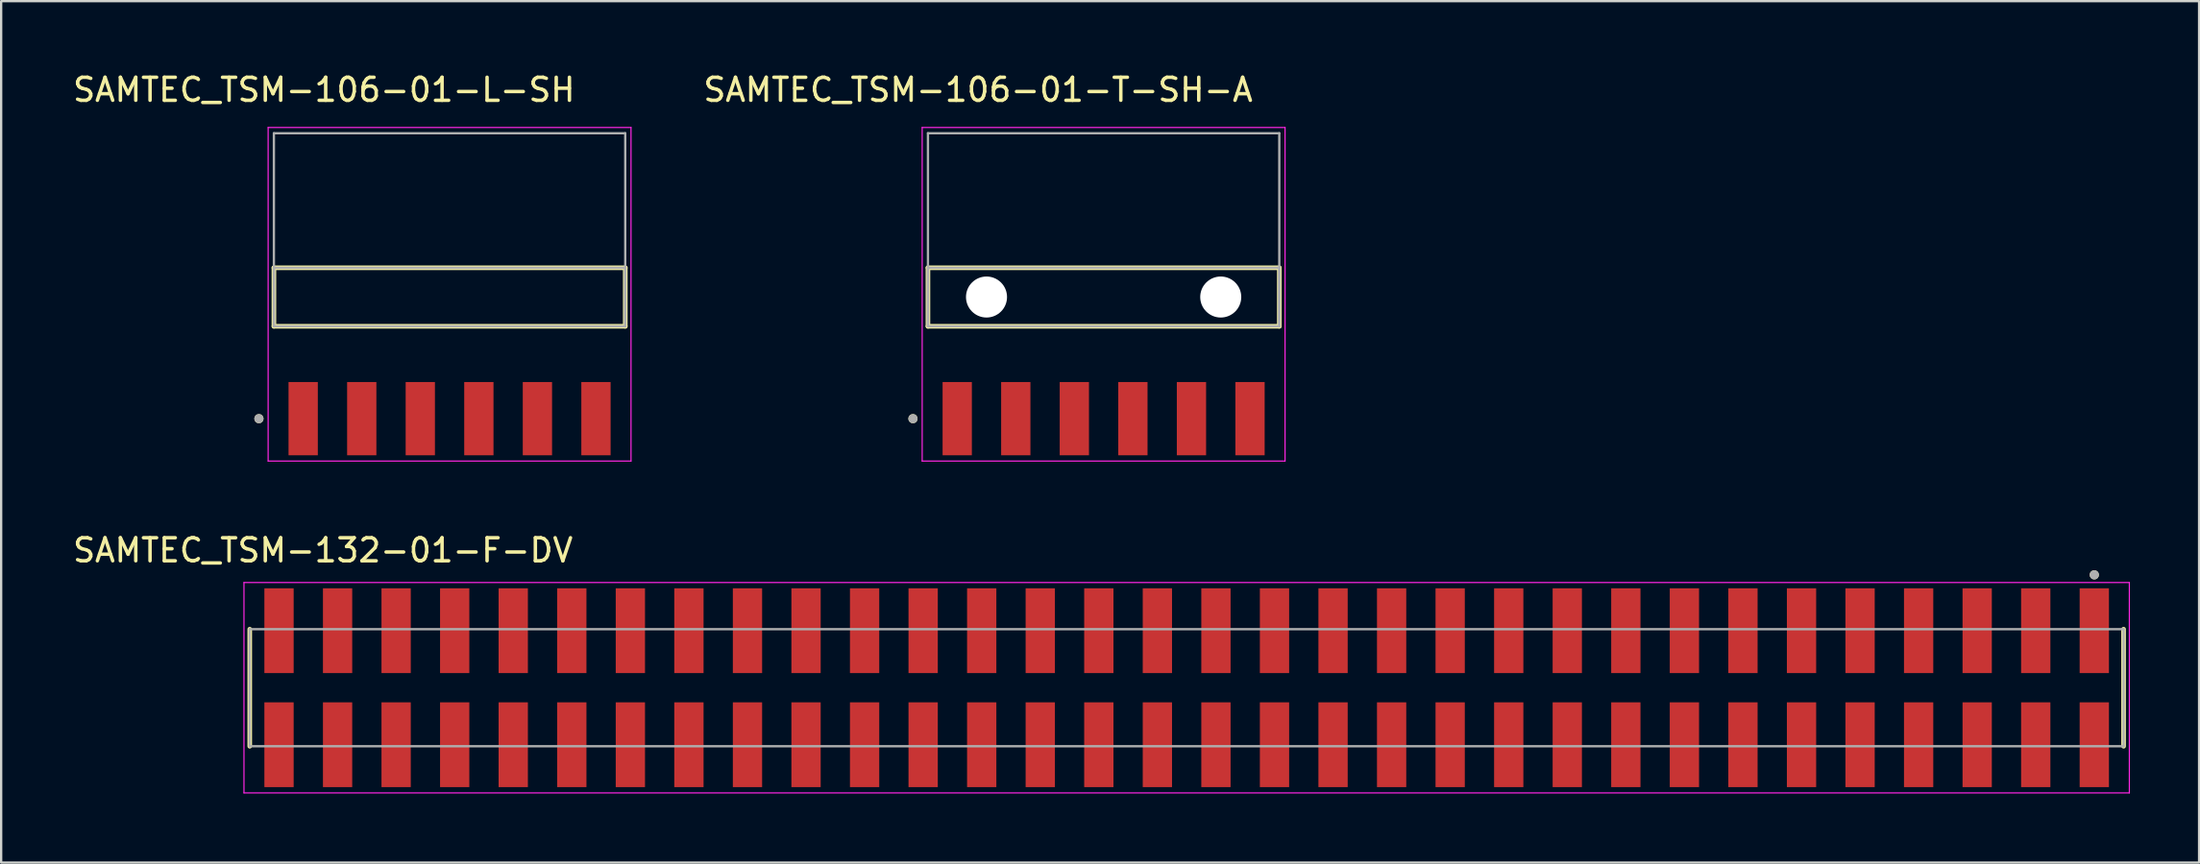
<source format=kicad_pcb>
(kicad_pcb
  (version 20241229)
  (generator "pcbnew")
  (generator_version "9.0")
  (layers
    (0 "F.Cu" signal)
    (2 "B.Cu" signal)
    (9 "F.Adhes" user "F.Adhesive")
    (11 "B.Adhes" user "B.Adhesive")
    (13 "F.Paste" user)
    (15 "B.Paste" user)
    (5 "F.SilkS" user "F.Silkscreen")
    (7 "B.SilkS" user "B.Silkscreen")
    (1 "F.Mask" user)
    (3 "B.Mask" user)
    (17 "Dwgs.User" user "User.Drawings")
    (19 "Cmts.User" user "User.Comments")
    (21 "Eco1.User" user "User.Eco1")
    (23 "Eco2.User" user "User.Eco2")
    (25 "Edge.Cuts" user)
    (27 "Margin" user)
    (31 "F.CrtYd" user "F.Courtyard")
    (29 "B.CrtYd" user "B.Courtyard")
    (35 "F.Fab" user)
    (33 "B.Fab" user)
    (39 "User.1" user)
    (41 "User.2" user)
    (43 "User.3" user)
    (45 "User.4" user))
  (footprint "SAMTEC_TSM-132-01-F-DV"
    (layer "F.Cu")
    (at 48.423 26.802)
    (property "Reference" "SAMTEC_TSM-132-01-F-DV" (at -37.465 -5.965 0) (layer "F.SilkS") (effects (font (size 1 1) (thickness 0.15))))
    (attr through_hole)
    (fp_line (start -40.64 2.54) (end -40.64 -2.54) (stroke (width 0.2) (type solid)) (layer "F.SilkS"))
    (fp_line (start 40.64 -2.54) (end 40.64 2.54) (stroke (width 0.2) (type solid)) (layer "F.SilkS"))
    (fp_circle (center 39.37 -4.9) (end 39.47 -4.9) (stroke (width 0.2) (type solid)) (fill no) (layer "F.SilkS"))
    (fp_line (start -40.89 -4.565) (end 40.89 -4.565) (stroke (width 0.05) (type solid)) (layer "F.CrtYd"))
    (fp_line (start -40.89 4.565) (end -40.89 -4.565) (stroke (width 0.05) (type solid)) (layer "F.CrtYd"))
    (fp_line (start 40.89 -4.565) (end 40.89 4.565) (stroke (width 0.05) (type solid)) (layer "F.CrtYd"))
    (fp_line (start 40.89 4.565) (end -40.89 4.565) (stroke (width 0.05) (type solid)) (layer "F.CrtYd"))
    (fp_line (start -40.64 -2.54) (end 40.64 -2.54) (stroke (width 0.1) (type solid)) (layer "F.Fab"))
    (fp_line (start -40.64 2.54) (end -40.64 -2.54) (stroke (width 0.1) (type solid)) (layer "F.Fab"))
    (fp_line (start 40.64 -2.54) (end 40.64 2.54) (stroke (width 0.1) (type solid)) (layer "F.Fab"))
    (fp_line (start 40.64 2.54) (end -40.64 2.54) (stroke (width 0.1) (type solid)) (layer "F.Fab"))
    (fp_circle (center 39.37 -4.9) (end 39.47 -4.9) (stroke (width 0.2) (type solid)) (fill no) (layer "F.Fab"))
    (pad "1" smd rect (at 39.37 -2.475) (size 1.27 3.68) (layers "F.Cu" "F.Mask" "F.Paste"))
    (pad "2" smd rect (at 39.37 2.475) (size 1.27 3.68) (layers "F.Cu" "F.Mask" "F.Paste"))
    (pad "3" smd rect (at 36.83 -2.475) (size 1.27 3.68) (layers "F.Cu" "F.Mask" "F.Paste"))
    (pad "4" smd rect (at 36.83 2.475) (size 1.27 3.68) (layers "F.Cu" "F.Mask" "F.Paste"))
    (pad "5" smd rect (at 34.29 -2.475) (size 1.27 3.68) (layers "F.Cu" "F.Mask" "F.Paste"))
    (pad "6" smd rect (at 34.29 2.475) (size 1.27 3.68) (layers "F.Cu" "F.Mask" "F.Paste"))
    (pad "7" smd rect (at 31.75 -2.475) (size 1.27 3.68) (layers "F.Cu" "F.Mask" "F.Paste"))
    (pad "8" smd rect (at 31.75 2.475) (size 1.27 3.68) (layers "F.Cu" "F.Mask" "F.Paste"))
    (pad "9" smd rect (at 29.21 -2.475) (size 1.27 3.68) (layers "F.Cu" "F.Mask" "F.Paste"))
    (pad "10" smd rect (at 29.21 2.475) (size 1.27 3.68) (layers "F.Cu" "F.Mask" "F.Paste"))
    (pad "11" smd rect (at 26.67 -2.475) (size 1.27 3.68) (layers "F.Cu" "F.Mask" "F.Paste"))
    (pad "12" smd rect (at 26.67 2.475) (size 1.27 3.68) (layers "F.Cu" "F.Mask" "F.Paste"))
    (pad "13" smd rect (at 24.13 -2.475) (size 1.27 3.68) (layers "F.Cu" "F.Mask" "F.Paste"))
    (pad "14" smd rect (at 24.13 2.475) (size 1.27 3.68) (layers "F.Cu" "F.Mask" "F.Paste"))
    (pad "15" smd rect (at 21.59 -2.475) (size 1.27 3.68) (layers "F.Cu" "F.Mask" "F.Paste"))
    (pad "16" smd rect (at 21.59 2.475) (size 1.27 3.68) (layers "F.Cu" "F.Mask" "F.Paste"))
    (pad "17" smd rect (at 19.05 -2.475) (size 1.27 3.68) (layers "F.Cu" "F.Mask" "F.Paste"))
    (pad "18" smd rect (at 19.05 2.475) (size 1.27 3.68) (layers "F.Cu" "F.Mask" "F.Paste"))
    (pad "19" smd rect (at 16.51 -2.475) (size 1.27 3.68) (layers "F.Cu" "F.Mask" "F.Paste"))
    (pad "20" smd rect (at 16.51 2.475) (size 1.27 3.68) (layers "F.Cu" "F.Mask" "F.Paste"))
    (pad "21" smd rect (at 13.97 -2.475) (size 1.27 3.68) (layers "F.Cu" "F.Mask" "F.Paste"))
    (pad "22" smd rect (at 13.97 2.475) (size 1.27 3.68) (layers "F.Cu" "F.Mask" "F.Paste"))
    (pad "23" smd rect (at 11.43 -2.475) (size 1.27 3.68) (layers "F.Cu" "F.Mask" "F.Paste"))
    (pad "24" smd rect (at 11.43 2.475) (size 1.27 3.68) (layers "F.Cu" "F.Mask" "F.Paste"))
    (pad "25" smd rect (at 8.89 -2.475) (size 1.27 3.68) (layers "F.Cu" "F.Mask" "F.Paste"))
    (pad "26" smd rect (at 8.89 2.475) (size 1.27 3.68) (layers "F.Cu" "F.Mask" "F.Paste"))
    (pad "27" smd rect (at 6.35 -2.475) (size 1.27 3.68) (layers "F.Cu" "F.Mask" "F.Paste"))
    (pad "28" smd rect (at 6.35 2.475) (size 1.27 3.68) (layers "F.Cu" "F.Mask" "F.Paste"))
    (pad "29" smd rect (at 3.81 -2.475) (size 1.27 3.68) (layers "F.Cu" "F.Mask" "F.Paste"))
    (pad "30" smd rect (at 3.81 2.475) (size 1.27 3.68) (layers "F.Cu" "F.Mask" "F.Paste"))
    (pad "31" smd rect (at 1.27 -2.475) (size 1.27 3.68) (layers "F.Cu" "F.Mask" "F.Paste"))
    (pad "32" smd rect (at 1.27 2.475) (size 1.27 3.68) (layers "F.Cu" "F.Mask" "F.Paste"))
    (pad "33" smd rect (at -1.27 -2.475) (size 1.27 3.68) (layers "F.Cu" "F.Mask" "F.Paste"))
    (pad "34" smd rect (at -1.27 2.475) (size 1.27 3.68) (layers "F.Cu" "F.Mask" "F.Paste"))
    (pad "35" smd rect (at -3.81 -2.475) (size 1.27 3.68) (layers "F.Cu" "F.Mask" "F.Paste"))
    (pad "36" smd rect (at -3.81 2.475) (size 1.27 3.68) (layers "F.Cu" "F.Mask" "F.Paste"))
    (pad "37" smd rect (at -6.35 -2.475) (size 1.27 3.68) (layers "F.Cu" "F.Mask" "F.Paste"))
    (pad "38" smd rect (at -6.35 2.475) (size 1.27 3.68) (layers "F.Cu" "F.Mask" "F.Paste"))
    (pad "39" smd rect (at -8.89 -2.475) (size 1.27 3.68) (layers "F.Cu" "F.Mask" "F.Paste"))
    (pad "40" smd rect (at -8.89 2.475) (size 1.27 3.68) (layers "F.Cu" "F.Mask" "F.Paste"))
    (pad "41" smd rect (at -11.43 -2.475) (size 1.27 3.68) (layers "F.Cu" "F.Mask" "F.Paste"))
    (pad "42" smd rect (at -11.43 2.475) (size 1.27 3.68) (layers "F.Cu" "F.Mask" "F.Paste"))
    (pad "43" smd rect (at -13.97 -2.475) (size 1.27 3.68) (layers "F.Cu" "F.Mask" "F.Paste"))
    (pad "44" smd rect (at -13.97 2.475) (size 1.27 3.68) (layers "F.Cu" "F.Mask" "F.Paste"))
    (pad "45" smd rect (at -16.51 -2.475) (size 1.27 3.68) (layers "F.Cu" "F.Mask" "F.Paste"))
    (pad "46" smd rect (at -16.51 2.475) (size 1.27 3.68) (layers "F.Cu" "F.Mask" "F.Paste"))
    (pad "47" smd rect (at -19.05 -2.475) (size 1.27 3.68) (layers "F.Cu" "F.Mask" "F.Paste"))
    (pad "48" smd rect (at -19.05 2.475) (size 1.27 3.68) (layers "F.Cu" "F.Mask" "F.Paste"))
    (pad "49" smd rect (at -21.59 -2.475) (size 1.27 3.68) (layers "F.Cu" "F.Mask" "F.Paste"))
    (pad "50" smd rect (at -21.59 2.475) (size 1.27 3.68) (layers "F.Cu" "F.Mask" "F.Paste"))
    (pad "51" smd rect (at -24.13 -2.475) (size 1.27 3.68) (layers "F.Cu" "F.Mask" "F.Paste"))
    (pad "52" smd rect (at -24.13 2.475) (size 1.27 3.68) (layers "F.Cu" "F.Mask" "F.Paste"))
    (pad "53" smd rect (at -26.67 -2.475) (size 1.27 3.68) (layers "F.Cu" "F.Mask" "F.Paste"))
    (pad "54" smd rect (at -26.67 2.475) (size 1.27 3.68) (layers "F.Cu" "F.Mask" "F.Paste"))
    (pad "55" smd rect (at -29.21 -2.475) (size 1.27 3.68) (layers "F.Cu" "F.Mask" "F.Paste"))
    (pad "56" smd rect (at -29.21 2.475) (size 1.27 3.68) (layers "F.Cu" "F.Mask" "F.Paste"))
    (pad "57" smd rect (at -31.75 -2.475) (size 1.27 3.68) (layers "F.Cu" "F.Mask" "F.Paste"))
    (pad "58" smd rect (at -31.75 2.475) (size 1.27 3.68) (layers "F.Cu" "F.Mask" "F.Paste"))
    (pad "59" smd rect (at -34.29 -2.475) (size 1.27 3.68) (layers "F.Cu" "F.Mask" "F.Paste"))
    (pad "60" smd rect (at -34.29 2.475) (size 1.27 3.68) (layers "F.Cu" "F.Mask" "F.Paste"))
    (pad "61" smd rect (at -36.83 -2.475) (size 1.27 3.68) (layers "F.Cu" "F.Mask" "F.Paste"))
    (pad "62" smd rect (at -36.83 2.475) (size 1.27 3.68) (layers "F.Cu" "F.Mask" "F.Paste"))
    (pad "63" smd rect (at -39.37 -2.475) (size 1.27 3.68) (layers "F.Cu" "F.Mask" "F.Paste"))
    (pad "64" smd rect (at -39.37 2.475) (size 1.27 3.68) (layers "F.Cu" "F.Mask" "F.Paste")))
  (footprint "SAMTEC_TSM-106-01-T-SH-A"
    (layer "F.Cu")
    (at 44.821 9.843)
    (property "Reference" "SAMTEC_TSM-106-01-T-SH-A" (at -5.445 -8.995 0) (layer "F.SilkS") (effects (font (size 1 1) (thickness 0.15))))
    (attr through_hole)
    (fp_line (start -7.62 1.27) (end -7.62 -1.27) (stroke (width 0.2) (type solid)) (layer "F.SilkS"))
    (fp_line (start 7.62 -1.27) (end -7.62 -1.27) (stroke (width 0.2) (type solid)) (layer "F.SilkS"))
    (fp_line (start 7.62 -1.27) (end 7.62 1.27) (stroke (width 0.2) (type solid)) (layer "F.SilkS"))
    (fp_line (start 7.62 1.27) (end -7.62 1.27) (stroke (width 0.2) (type solid)) (layer "F.SilkS"))
    (fp_circle (center -8.27 5.28) (end -8.17 5.28) (stroke (width 0.2) (type solid)) (fill no) (layer "F.SilkS"))
    (fp_line (start -7.87 -7.36) (end 7.87 -7.36) (stroke (width 0.05) (type solid)) (layer "F.CrtYd"))
    (fp_line (start -7.87 7.12) (end -7.87 -7.36) (stroke (width 0.05) (type solid)) (layer "F.CrtYd"))
    (fp_line (start 7.87 -7.36) (end 7.87 7.12) (stroke (width 0.05) (type solid)) (layer "F.CrtYd"))
    (fp_line (start 7.87 7.12) (end -7.87 7.12) (stroke (width 0.05) (type solid)) (layer "F.CrtYd"))
    (fp_line (start -7.62 -7.11) (end 7.62 -7.11) (stroke (width 0.1) (type solid)) (layer "F.Fab"))
    (fp_line (start -7.62 -1.27) (end 7.62 -1.27) (stroke (width 0.1) (type solid)) (layer "F.Fab"))
    (fp_line (start -7.62 1.27) (end -7.62 -7.11) (stroke (width 0.1) (type solid)) (layer "F.Fab"))
    (fp_line (start -7.62 1.27) (end -7.62 -1.27) (stroke (width 0.1) (type solid)) (layer "F.Fab"))
    (fp_line (start 7.62 -7.11) (end 7.62 1.27) (stroke (width 0.1) (type solid)) (layer "F.Fab"))
    (fp_line (start 7.62 -1.27) (end 7.62 1.27) (stroke (width 0.1) (type solid)) (layer "F.Fab"))
    (fp_line (start 7.62 1.27) (end -7.62 1.27) (stroke (width 0.1) (type solid)) (layer "F.Fab"))
    (fp_circle (center -8.27 5.28) (end -8.17 5.28) (stroke (width 0.2) (type solid)) (fill no) (layer "F.Fab"))
    (pad "" np_thru_hole circle (at -5.08 0) (size 1.78 1.78) (drill 1.78) (layers "*.Cu" "*.Mask"))
    (pad "" np_thru_hole circle (at 5.08 0) (size 1.78 1.78) (drill 1.78) (layers "*.Cu" "*.Mask"))
    (pad "1" smd rect (at -6.35 5.28) (size 1.27 3.18) (layers "F.Cu" "F.Mask" "F.Paste"))
    (pad "2" smd rect (at -3.81 5.28) (size 1.27 3.18) (layers "F.Cu" "F.Mask" "F.Paste"))
    (pad "3" smd rect (at -1.27 5.28) (size 1.27 3.18) (layers "F.Cu" "F.Mask" "F.Paste"))
    (pad "4" smd rect (at 1.27 5.28) (size 1.27 3.18) (layers "F.Cu" "F.Mask" "F.Paste"))
    (pad "5" smd rect (at 3.81 5.28) (size 1.27 3.18) (layers "F.Cu" "F.Mask" "F.Paste"))
    (pad "6" smd rect (at 6.35 5.28) (size 1.27 3.18) (layers "F.Cu" "F.Mask" "F.Paste")))
  (footprint "SAMTEC_TSM-106-01-L-SH"
    (layer "F.Cu")
    (at 16.451 9.843)
    (property "Reference" "SAMTEC_TSM-106-01-L-SH" (at -5.445 -8.995 0) (layer "F.SilkS") (effects (font (size 1 1) (thickness 0.15))))
    (attr through_hole)
    (fp_line (start -7.62 1.27) (end -7.62 -1.27) (stroke (width 0.2) (type solid)) (layer "F.SilkS"))
    (fp_line (start 7.62 -1.27) (end -7.62 -1.27) (stroke (width 0.2) (type solid)) (layer "F.SilkS"))
    (fp_line (start 7.62 -1.27) (end 7.62 1.27) (stroke (width 0.2) (type solid)) (layer "F.SilkS"))
    (fp_line (start 7.62 1.27) (end -7.62 1.27) (stroke (width 0.2) (type solid)) (layer "F.SilkS"))
    (fp_circle (center -8.27 5.28) (end -8.17 5.28) (stroke (width 0.2) (type solid)) (fill no) (layer "F.SilkS"))
    (fp_line (start -7.87 -7.36) (end 7.87 -7.36) (stroke (width 0.05) (type solid)) (layer "F.CrtYd"))
    (fp_line (start -7.87 7.12) (end -7.87 -7.36) (stroke (width 0.05) (type solid)) (layer "F.CrtYd"))
    (fp_line (start 7.87 -7.36) (end 7.87 7.12) (stroke (width 0.05) (type solid)) (layer "F.CrtYd"))
    (fp_line (start 7.87 7.12) (end -7.87 7.12) (stroke (width 0.05) (type solid)) (layer "F.CrtYd"))
    (fp_line (start -7.62 -7.11) (end 7.62 -7.11) (stroke (width 0.1) (type solid)) (layer "F.Fab"))
    (fp_line (start -7.62 -1.27) (end 7.62 -1.27) (stroke (width 0.1) (type solid)) (layer "F.Fab"))
    (fp_line (start -7.62 1.27) (end -7.62 -7.11) (stroke (width 0.1) (type solid)) (layer "F.Fab"))
    (fp_line (start -7.62 1.27) (end -7.62 -1.27) (stroke (width 0.1) (type solid)) (layer "F.Fab"))
    (fp_line (start 7.62 -7.11) (end 7.62 1.27) (stroke (width 0.1) (type solid)) (layer "F.Fab"))
    (fp_line (start 7.62 -1.27) (end 7.62 1.27) (stroke (width 0.1) (type solid)) (layer "F.Fab"))
    (fp_line (start 7.62 1.27) (end -7.62 1.27) (stroke (width 0.1) (type solid)) (layer "F.Fab"))
    (fp_circle (center -8.27 5.28) (end -8.17 5.28) (stroke (width 0.2) (type solid)) (fill no) (layer "F.Fab"))
    (pad "1" smd rect (at -6.35 5.28) (size 1.27 3.18) (layers "F.Cu" "F.Mask" "F.Paste"))
    (pad "2" smd rect (at -3.81 5.28) (size 1.27 3.18) (layers "F.Cu" "F.Mask" "F.Paste"))
    (pad "3" smd rect (at -1.27 5.28) (size 1.27 3.18) (layers "F.Cu" "F.Mask" "F.Paste"))
    (pad "4" smd rect (at 1.27 5.28) (size 1.27 3.18) (layers "F.Cu" "F.Mask" "F.Paste"))
    (pad "5" smd rect (at 3.81 5.28) (size 1.27 3.18) (layers "F.Cu" "F.Mask" "F.Paste"))
    (pad "6" smd rect (at 6.35 5.28) (size 1.27 3.18) (layers "F.Cu" "F.Mask" "F.Paste")))
  (gr_rect
    (start -3 -3)
    (end 92.338 34.392)
    (stroke (width 0.1) (type default))
    (fill no)
    (layer "Edge.Cuts")))
</source>
